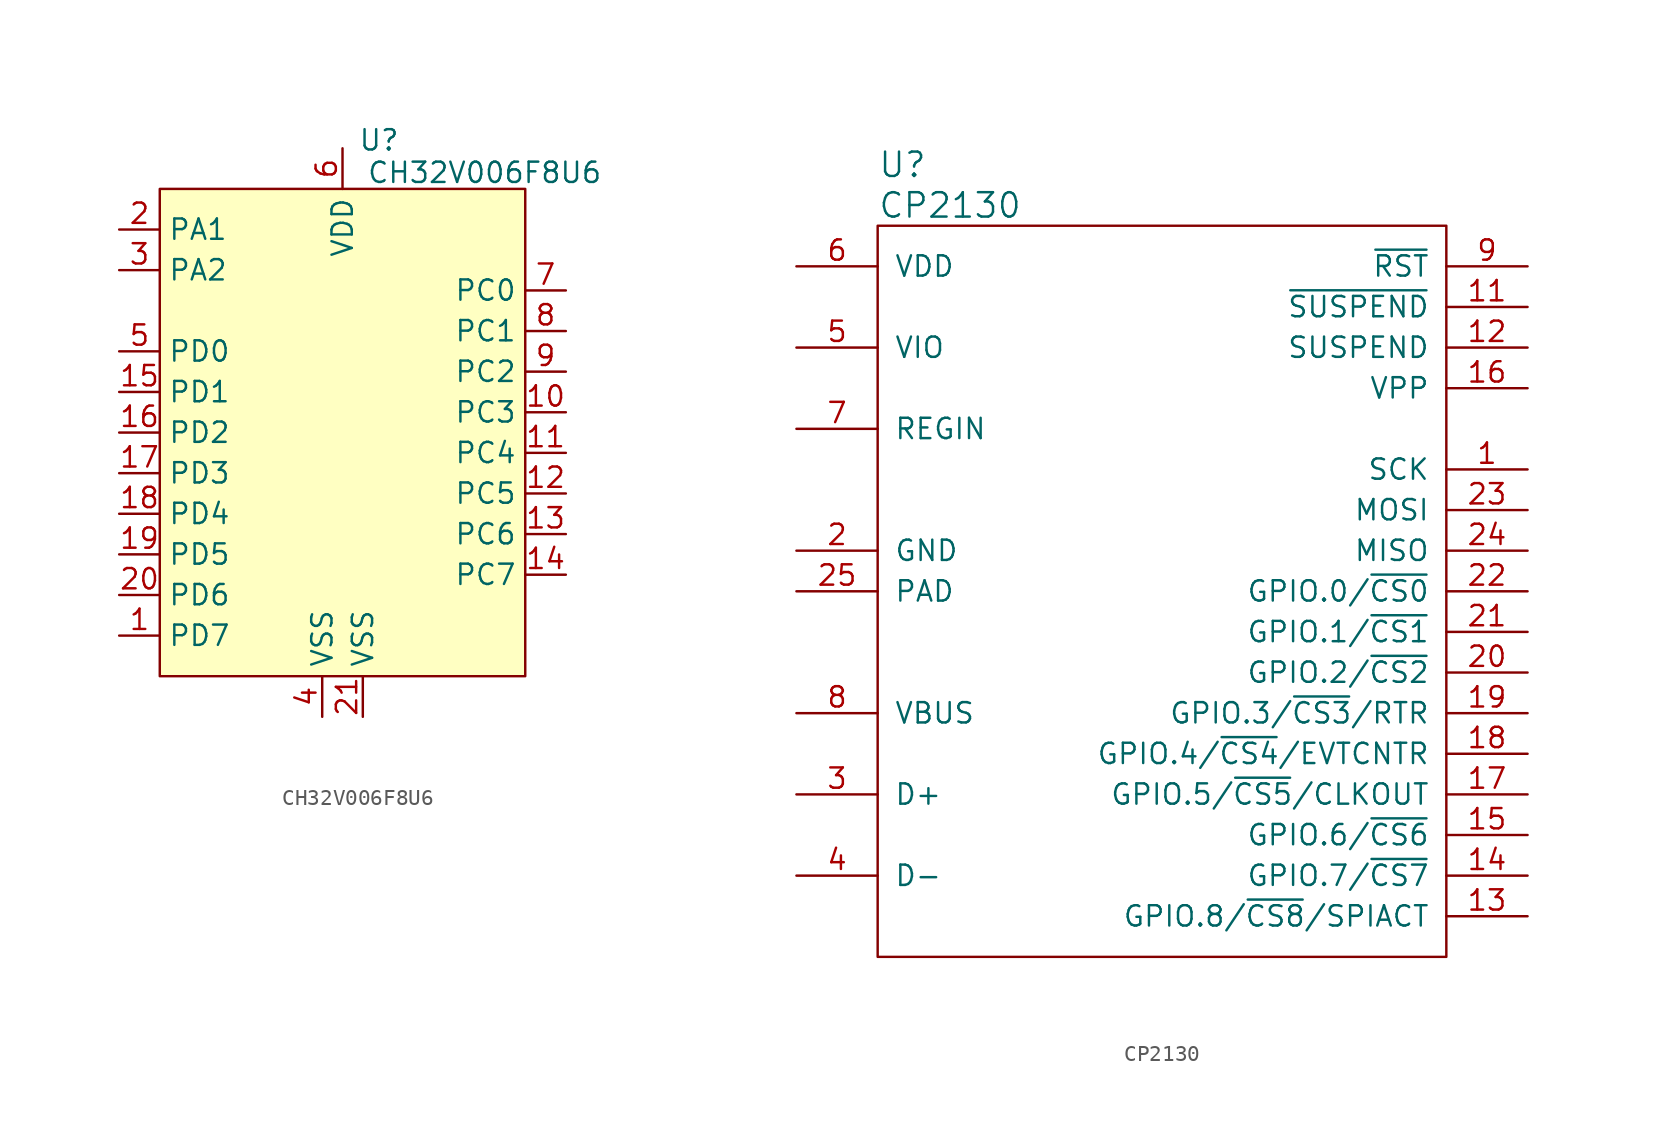
<source format=kicad_sym>
(kicad_symbol_lib
  (version 20241209)
  (generator "kicad_symbol_editor")
  (generator_version "9.0")
  (symbol "CH32V006F8U6"
    (property "Reference" "U"
      (at 2.286 18.288 0)
      (effects (font (size 1.27 1.27))))
    (property "Value" "CH32V006F8U6"
      (at 8.89 16.256 0)
      (effects (font (size 1.27 1.27))))
    (symbol "CH32V006F8U6_1_1"
      (rectangle (start -11.43 15.24) (end 11.43 -15.24) (stroke (width 0) (type solid)) (fill (type background)))
      (pin bidirectional line (at -13.97 12.7 0) (length 2.54) (name "PA1" (effects (font (size 1.27 1.27)))) (number "2" (effects (font (size 1.27 1.27)))) (alternate "A1" input line) (alternate "OPN0" input line) (alternate "T1" bidirectional line) (alternate "T2" bidirectional line) (alternate "XI" input line))
      (pin bidirectional line (at -13.97 10.16 0) (length 2.54) (name "PA2" (effects (font (size 1.27 1.27)))) (number "3" (effects (font (size 1.27 1.27)))) (alternate "A0" input line) (alternate "OPP0" input line) (alternate "T1" bidirectional line) (alternate "T2" bidirectional line) (alternate "U2TX_" bidirectional line) (alternate "XO" output line))
      (pin bidirectional line (at -13.97 5.08 0) (length 2.54) (name "PD0" (effects (font (size 1.27 1.27)))) (number "5" (effects (font (size 1.27 1.27)))) (alternate "OPN1" input line) (alternate "SDA_" bidirectional line) (alternate "T1" output line) (alternate "TX_" output line))
      (pin bidirectional line (at -13.97 2.54 0) (length 2.54) (name "PD1" (effects (font (size 1.27 1.27)))) (number "15" (effects (font (size 1.27 1.27)))) (alternate "OPP3" input line) (alternate "RX_" input line) (alternate "SCL_" bidirectional line) (alternate "SWIO" bidirectional line) (alternate "T1" bidirectional line))
      (pin bidirectional line (at -13.97 0 0) (length 2.54) (name "PD2" (effects (font (size 1.27 1.27)))) (number "16" (effects (font (size 1.27 1.27)))) (alternate "A3" input line) (alternate "OPP3" input line) (alternate "T1" bidirectional line) (alternate "T2" bidirectional line) (alternate "U2TX_" output line))
      (pin bidirectional line (at -13.97 -2.54 0) (length 2.54) (name "PD3" (effects (font (size 1.27 1.27)))) (number "17" (effects (font (size 1.27 1.27)))) (alternate "A4" input line) (alternate "NSS" output line) (alternate "OPP2" input line) (alternate "T1" bidirectional line) (alternate "T2" bidirectional line) (alternate "U2RX_" input line))
      (pin bidirectional line (at -13.97 -5.08 0) (length 2.54) (name "PD4" (effects (font (size 1.27 1.27)))) (number "18" (effects (font (size 1.27 1.27)))) (alternate "A7" input line) (alternate "OPO0" output line) (alternate "SCK_" bidirectional line) (alternate "T1" bidirectional line) (alternate "T2" bidirectional line))
      (pin bidirectional line (at -13.97 -7.62 0) (length 2.54) (name "PD5" (effects (font (size 1.27 1.27)))) (number "19" (effects (font (size 1.27 1.27)))) (alternate "A5" input line) (alternate "MISO_" bidirectional line) (alternate "RX_" input line) (alternate "T2" bidirectional line) (alternate "TX" output line))
      (pin bidirectional line (at -13.97 -10.16 0) (length 2.54) (name "PD6" (effects (font (size 1.27 1.27)))) (number "20" (effects (font (size 1.27 1.27)))) (alternate "A6" input line) (alternate "MOSI_" bidirectional line) (alternate "RX" input line) (alternate "T2" bidirectional line) (alternate "TX_" output line))
      (pin bidirectional line (at -13.97 -12.7 0) (length 2.54) (name "PD7" (effects (font (size 1.27 1.27)))) (number "1" (effects (font (size 1.27 1.27)))) (alternate "OPN2" input line) (alternate "OPP1" input line) (alternate "PA4" bidirectional line) (alternate "RST" input line) (alternate "T2C4" bidirectional line) (alternate "U2TX_" output line))
      (pin power_in line (at -1.27 -17.78 90) (length 2.54) (name "VSS" (effects (font (size 1.27 1.27)))) (number "4" (effects (font (size 1.27 1.27)))))
      (pin power_in line (at 0 17.78 270) (length 2.54) (name "VDD" (effects (font (size 1.27 1.27)))) (number "6" (effects (font (size 1.27 1.27)))))
      (pin power_in line (at 1.27 -17.78 90) (length 2.54) (name "VSS" (effects (font (size 1.27 1.27)))) (number "21" (effects (font (size 1.27 1.27)))))
      (pin bidirectional line (at 13.97 8.89 180) (length 2.54) (name "PC0" (effects (font (size 1.27 1.27)))) (number "7" (effects (font (size 1.27 1.27)))) (alternate "MOSI_" bidirectional line) (alternate "T1" bidirectional line) (alternate "T1C1N_" output line) (alternate "T2" bidirectional line) (alternate "TX_" output line))
      (pin bidirectional line (at 13.97 6.35 180) (length 2.54) (name "PC1" (effects (font (size 1.27 1.27)))) (number "8" (effects (font (size 1.27 1.27)))) (alternate "NSS" bidirectional line) (alternate "RX_" input line) (alternate "SDA" bidirectional line) (alternate "T1C2N_" output line) (alternate "T2" bidirectional line))
      (pin bidirectional line (at 13.97 3.81 180) (length 2.54) (name "PC2" (effects (font (size 1.27 1.27)))) (number "9" (effects (font (size 1.27 1.27)))) (alternate "SCL" bidirectional line) (alternate "T1C3N_" output line) (alternate "T2" bidirectional line))
      (pin bidirectional line (at 13.97 1.27 180) (length 2.54) (name "PC3" (effects (font (size 1.27 1.27)))) (number "10" (effects (font (size 1.27 1.27)))) (alternate "T1" bidirectional line) (alternate "T2" bidirectional line))
      (pin bidirectional line (at 13.97 -1.27 180) (length 2.54) (name "PC4" (effects (font (size 1.27 1.27)))) (number "11" (effects (font (size 1.27 1.27)))) (alternate "A2" input line) (alternate "MCO" output line) (alternate "T1" bidirectional line) (alternate "T1C1_" bidirectional line))
      (pin bidirectional line (at 13.97 -3.81 180) (length 2.54) (name "PC5" (effects (font (size 1.27 1.27)))) (number "12" (effects (font (size 1.27 1.27)))) (alternate "SCK" bidirectional line) (alternate "T1" bidirectional line) (alternate "T1C2_" bidirectional line) (alternate "T2" bidirectional line) (alternate "TX_" output line))
      (pin bidirectional line (at 13.97 -6.35 180) (length 2.54) (name "PC6" (effects (font (size 1.27 1.27)))) (number "13" (effects (font (size 1.27 1.27)))) (alternate "MOSI" bidirectional line) (alternate "RX_" input line) (alternate "T1" bidirectional line) (alternate "T1C3_" bidirectional line))
      (pin bidirectional line (at 13.97 -8.89 180) (length 2.54) (name "PC7" (effects (font (size 1.27 1.27)))) (number "14" (effects (font (size 1.27 1.27)))) (alternate "MISO" bidirectional line) (alternate "T1" bidirectional line) (alternate "T1C4_" bidirectional line) (alternate "T2" bidirectional line))))
  (symbol "CP2130"
    (pin_names
      (offset 1.016))
    (property "Reference" "U"
      (at -17.78 27.94 0)
      (effects (font (size 1.524 1.524)) (justify left)))
    (property "Value" "CP2130"
      (at -17.78 25.4 0)
      (effects (font (size 1.524 1.524)) (justify left)))
    (property "Footprint" ""
      (at 0 0 0)
      (effects (font (size 1.524 1.524))))
    (property "Datasheet" ""
      (at 0 0 0)
      (effects (font (size 1.524 1.524))))
    (symbol "CP2130_0_1"
      (rectangle (start -17.78 24.13) (end 17.78 -21.59) (stroke (width 0) (type default)) (fill (type none))))
    (symbol "CP2130_1_1"
      (pin power_out line (at -22.86 21.59 0) (length 5.08) (name "VDD" (effects (font (size 1.27 1.27)))) (number "6" (effects (font (size 1.27 1.27)))))
      (pin power_in line (at -22.86 16.51 0) (length 5.08) (name "VIO" (effects (font (size 1.27 1.27)))) (number "5" (effects (font (size 1.27 1.27)))))
      (pin power_in line (at -22.86 11.43 0) (length 5.08) (name "REGIN" (effects (font (size 1.27 1.27)))) (number "7" (effects (font (size 1.27 1.27)))))
      (pin power_in line (at -22.86 3.81 0) (length 5.08) (name "GND" (effects (font (size 1.27 1.27)))) (number "2" (effects (font (size 1.27 1.27)))))
      (pin power_in line (at -22.86 1.27 0) (length 5.08) (name "PAD" (effects (font (size 1.27 1.27)))) (number "25" (effects (font (size 1.27 1.27)))))
      (pin input line (at -22.86 -6.35 0) (length 5.08) (name "VBUS" (effects (font (size 1.27 1.27)))) (number "8" (effects (font (size 1.27 1.27)))))
      (pin bidirectional line (at -22.86 -11.43 0) (length 5.08) (name "D+" (effects (font (size 1.27 1.27)))) (number "3" (effects (font (size 1.27 1.27)))))
      (pin bidirectional line (at -22.86 -16.51 0) (length 5.08) (name "D-" (effects (font (size 1.27 1.27)))) (number "4" (effects (font (size 1.27 1.27)))))
      (pin no_connect line (at -22.86 -19.05 0) (length 5.08) (hide yes) (name "NC" (effects (font (size 1.27 1.27)))) (number "10" (effects (font (size 1.27 1.27)))))
      (pin input line (at 22.86 21.59 180) (length 5.08) (name "~{RST}" (effects (font (size 1.27 1.27)))) (number "9" (effects (font (size 1.27 1.27)))))
      (pin output line (at 22.86 19.05 180) (length 5.08) (name "~{SUSPEND}" (effects (font (size 1.27 1.27)))) (number "11" (effects (font (size 1.27 1.27)))))
      (pin output line (at 22.86 16.51 180) (length 5.08) (name "SUSPEND" (effects (font (size 1.27 1.27)))) (number "12" (effects (font (size 1.27 1.27)))))
      (pin passive line (at 22.86 13.97 180) (length 5.08) (name "VPP" (effects (font (size 1.27 1.27)))) (number "16" (effects (font (size 1.27 1.27)))))
      (pin output line (at 22.86 8.89 180) (length 5.08) (name "SCK" (effects (font (size 1.27 1.27)))) (number "1" (effects (font (size 1.27 1.27)))))
      (pin output line (at 22.86 6.35 180) (length 5.08) (name "MOSI" (effects (font (size 1.27 1.27)))) (number "23" (effects (font (size 1.27 1.27)))))
      (pin input line (at 22.86 3.81 180) (length 5.08) (name "MISO" (effects (font (size 1.27 1.27)))) (number "24" (effects (font (size 1.27 1.27)))))
      (pin bidirectional line (at 22.86 1.27 180) (length 5.08) (name "GPIO.0/~{CS0}" (effects (font (size 1.27 1.27)))) (number "22" (effects (font (size 1.27 1.27)))))
      (pin bidirectional line (at 22.86 -1.27 180) (length 5.08) (name "GPIO.1/~{CS1}" (effects (font (size 1.27 1.27)))) (number "21" (effects (font (size 1.27 1.27)))))
      (pin bidirectional line (at 22.86 -3.81 180) (length 5.08) (name "GPIO.2/~{CS2}" (effects (font (size 1.27 1.27)))) (number "20" (effects (font (size 1.27 1.27)))))
      (pin bidirectional line (at 22.86 -6.35 180) (length 5.08) (name "GPIO.3/~{CS3}/RTR" (effects (font (size 1.27 1.27)))) (number "19" (effects (font (size 1.27 1.27)))))
      (pin bidirectional line (at 22.86 -8.89 180) (length 5.08) (name "GPIO.4/~{CS4}/EVTCNTR" (effects (font (size 1.27 1.27)))) (number "18" (effects (font (size 1.27 1.27)))))
      (pin bidirectional line (at 22.86 -11.43 180) (length 5.08) (name "GPIO.5/~{CS5}/CLKOUT" (effects (font (size 1.27 1.27)))) (number "17" (effects (font (size 1.27 1.27)))))
      (pin bidirectional line (at 22.86 -13.97 180) (length 5.08) (name "GPIO.6/~{CS6}" (effects (font (size 1.27 1.27)))) (number "15" (effects (font (size 1.27 1.27)))))
      (pin bidirectional line (at 22.86 -16.51 180) (length 5.08) (name "GPIO.7/~{CS7}" (effects (font (size 1.27 1.27)))) (number "14" (effects (font (size 1.27 1.27)))))
      (pin bidirectional line (at 22.86 -19.05 180) (length 5.08) (name "GPIO.8/~{CS8}/SPIACT" (effects (font (size 1.27 1.27)))) (number "13" (effects (font (size 1.27 1.27))))))))
</source>
